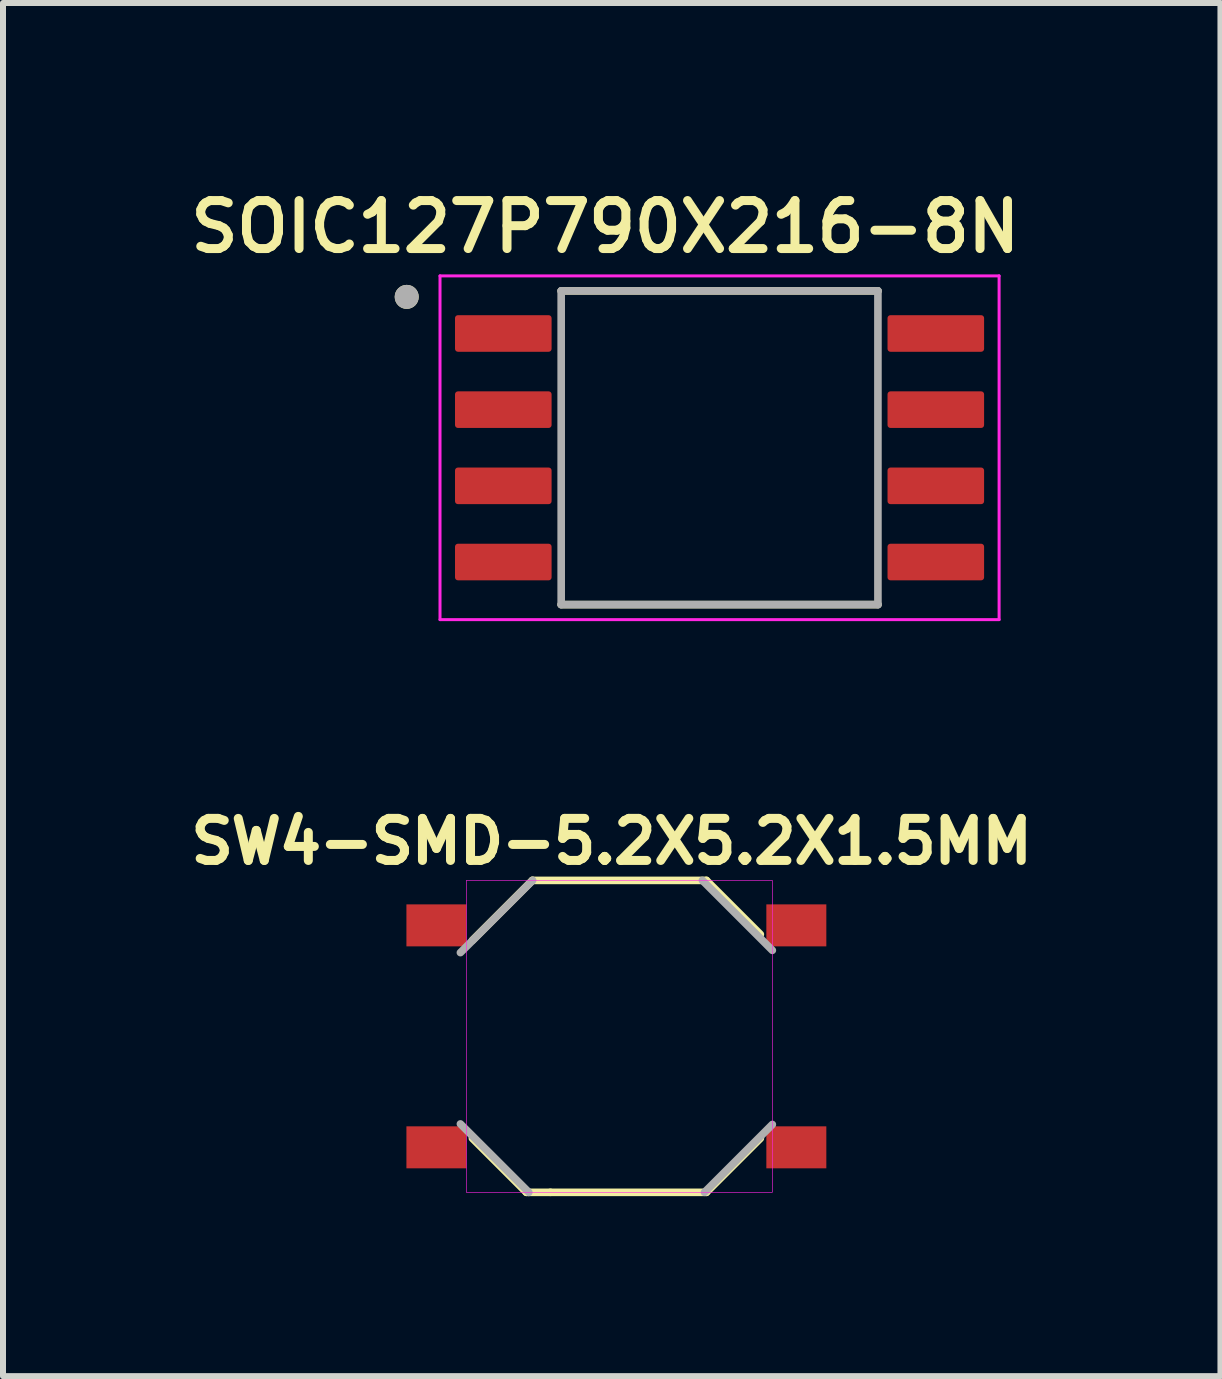
<source format=kicad_pcb>
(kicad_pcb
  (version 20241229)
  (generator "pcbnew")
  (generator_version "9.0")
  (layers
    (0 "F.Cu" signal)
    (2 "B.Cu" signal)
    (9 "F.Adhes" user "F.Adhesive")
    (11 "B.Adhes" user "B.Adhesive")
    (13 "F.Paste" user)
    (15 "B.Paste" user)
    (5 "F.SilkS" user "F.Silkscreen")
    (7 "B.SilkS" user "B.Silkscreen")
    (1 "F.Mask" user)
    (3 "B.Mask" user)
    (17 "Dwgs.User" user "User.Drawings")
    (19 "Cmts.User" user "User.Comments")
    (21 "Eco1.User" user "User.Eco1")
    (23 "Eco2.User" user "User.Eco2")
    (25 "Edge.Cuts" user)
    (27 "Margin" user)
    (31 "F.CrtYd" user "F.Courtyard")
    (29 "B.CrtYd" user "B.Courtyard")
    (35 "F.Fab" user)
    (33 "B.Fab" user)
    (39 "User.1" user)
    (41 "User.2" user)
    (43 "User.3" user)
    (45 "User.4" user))
  (footprint "SW4-SMD-5.2X5.2X1.5MM"
    (layer "F.Cu")
    (at 7.225 14.226)
    (property "Reference" "SW4-SMD-5.2X5.2X1.5MM" (at -0.078 -3.249 0) (layer "F.SilkS") (effects (font (size 0.701 0.701) (thickness 0.15))))
    (attr smd)
    (fp_line (start -1.5 2.6) (end -2.4 1.7) (stroke (width 0.127) (type solid)) (layer "F.SilkS"))
    (fp_line (start -1.46 2.6) (end -1.5 2.6) (stroke (width 0.127) (type solid)) (layer "F.SilkS"))
    (fp_line (start -1.4 -2.6) (end -2.4 -1.6) (stroke (width 0.127) (type solid)) (layer "F.SilkS"))
    (fp_line (start -1.4 -2.6) (end 1.5 -2.6) (stroke (width 0.127) (type solid)) (layer "F.SilkS"))
    (fp_line (start -1.1 2.6) (end -1.46 2.6) (stroke (width 0.127) (type solid)) (layer "F.SilkS"))
    (fp_line (start 1.5 -2.6) (end 2.4 -1.7) (stroke (width 0.127) (type solid)) (layer "F.SilkS"))
    (fp_line (start 1.5 2.6) (end -1.1 2.6) (stroke (width 0.127) (type solid)) (layer "F.SilkS"))
    (fp_line (start 1.5 2.6) (end 2.4 1.7) (stroke (width 0.127) (type solid)) (layer "F.SilkS"))
    (fp_poly (pts (xy -2.501 -2.6) (xy 2.6 -2.6) (xy 2.6 2.601) (xy -2.501 2.601)) (stroke (width 0.01) (type solid)) (fill no) (layer "F.CrtYd"))
    (fp_line (start -2.6 -1.396) (end -1.396 -2.6) (stroke (width 0.127) (type solid)) (layer "F.Fab"))
    (fp_line (start -1.46 2.6) (end -2.6 1.46) (stroke (width 0.127) (type solid)) (layer "F.Fab"))
    (fp_line (start 1.434 -2.6) (end 2.6 -1.434) (stroke (width 0.127) (type solid)) (layer "F.Fab"))
    (fp_line (start 2.6 1.469) (end 1.469 2.6) (stroke (width 0.127) (type solid)) (layer "F.Fab"))
    (pad "1" smd rect (at -3 -1.85) (size 1 0.7) (layers "F.Cu" "F.Mask" "F.Paste"))
    (pad "2" smd rect (at 3 -1.85) (size 1 0.7) (layers "F.Cu" "F.Mask" "F.Paste"))
    (pad "3" smd rect (at -3 1.85) (size 1 0.7) (layers "F.Cu" "F.Mask" "F.Paste"))
    (pad "4" smd rect (at 3 1.85) (size 1 0.7) (layers "F.Cu" "F.Mask" "F.Paste")))
  (footprint "SOIC127P790X216-8N"
    (layer "F.Cu")
    (at 8.945 4.414)
    (property "Reference" "SOIC127P790X216-8N" (at -1.905 -3.683 0) (layer "F.SilkS") (effects (font (size 0.8 0.8) (thickness 0.15))))
    (attr through_hole)
    (fp_line (start -2.64 -2.615) (end 2.64 -2.615) (stroke (width 0.127) (type solid)) (layer "F.SilkS"))
    (fp_line (start -2.64 2.615) (end 2.64 2.615) (stroke (width 0.127) (type solid)) (layer "F.SilkS"))
    (fp_circle (center -5.215 -2.515) (end -5.115 -2.515) (stroke (width 0.2) (type solid)) (fill no) (layer "F.SilkS"))
    (fp_line (start -4.66 -2.865) (end -4.66 2.865) (stroke (width 0.05) (type solid)) (layer "F.CrtYd"))
    (fp_line (start -4.66 -2.865) (end 4.66 -2.865) (stroke (width 0.05) (type solid)) (layer "F.CrtYd"))
    (fp_line (start -4.66 2.865) (end 4.66 2.865) (stroke (width 0.05) (type solid)) (layer "F.CrtYd"))
    (fp_line (start 4.66 -2.865) (end 4.66 2.865) (stroke (width 0.05) (type solid)) (layer "F.CrtYd"))
    (fp_line (start -2.64 -2.615) (end -2.64 2.615) (stroke (width 0.127) (type solid)) (layer "F.Fab"))
    (fp_line (start -2.64 -2.615) (end 2.64 -2.615) (stroke (width 0.127) (type solid)) (layer "F.Fab"))
    (fp_line (start -2.64 2.615) (end 2.64 2.615) (stroke (width 0.127) (type solid)) (layer "F.Fab"))
    (fp_line (start 2.64 -2.615) (end 2.64 2.615) (stroke (width 0.127) (type solid)) (layer "F.Fab"))
    (fp_circle (center -5.215 -2.515) (end -5.115 -2.515) (stroke (width 0.2) (type solid)) (fill no) (layer "F.Fab"))
    (pad "1" smd roundrect (at -3.605 -1.905) (size 1.61 0.61) (layers "F.Cu" "F.Mask" "F.Paste") (roundrect_rratio 0.08))
    (pad "2" smd roundrect (at -3.605 -0.635) (size 1.61 0.61) (layers "F.Cu" "F.Mask" "F.Paste") (roundrect_rratio 0.08))
    (pad "3" smd roundrect (at -3.605 0.635) (size 1.61 0.61) (layers "F.Cu" "F.Mask" "F.Paste") (roundrect_rratio 0.08))
    (pad "4" smd roundrect (at -3.605 1.905) (size 1.61 0.61) (layers "F.Cu" "F.Mask" "F.Paste") (roundrect_rratio 0.08))
    (pad "5" smd roundrect (at 3.605 1.905) (size 1.61 0.61) (layers "F.Cu" "F.Mask" "F.Paste") (roundrect_rratio 0.08))
    (pad "6" smd roundrect (at 3.605 0.635) (size 1.61 0.61) (layers "F.Cu" "F.Mask" "F.Paste") (roundrect_rratio 0.08))
    (pad "7" smd roundrect (at 3.605 -0.635) (size 1.61 0.61) (layers "F.Cu" "F.Mask" "F.Paste") (roundrect_rratio 0.08))
    (pad "8" smd roundrect (at 3.605 -1.905) (size 1.61 0.61) (layers "F.Cu" "F.Mask" "F.Paste") (roundrect_rratio 0.08)))
  (gr_rect
    (start -3 -3)
    (end 17.295 19.89)
    (stroke (width 0.1) (type default))
    (fill no)
    (layer "Edge.Cuts")))
</source>
